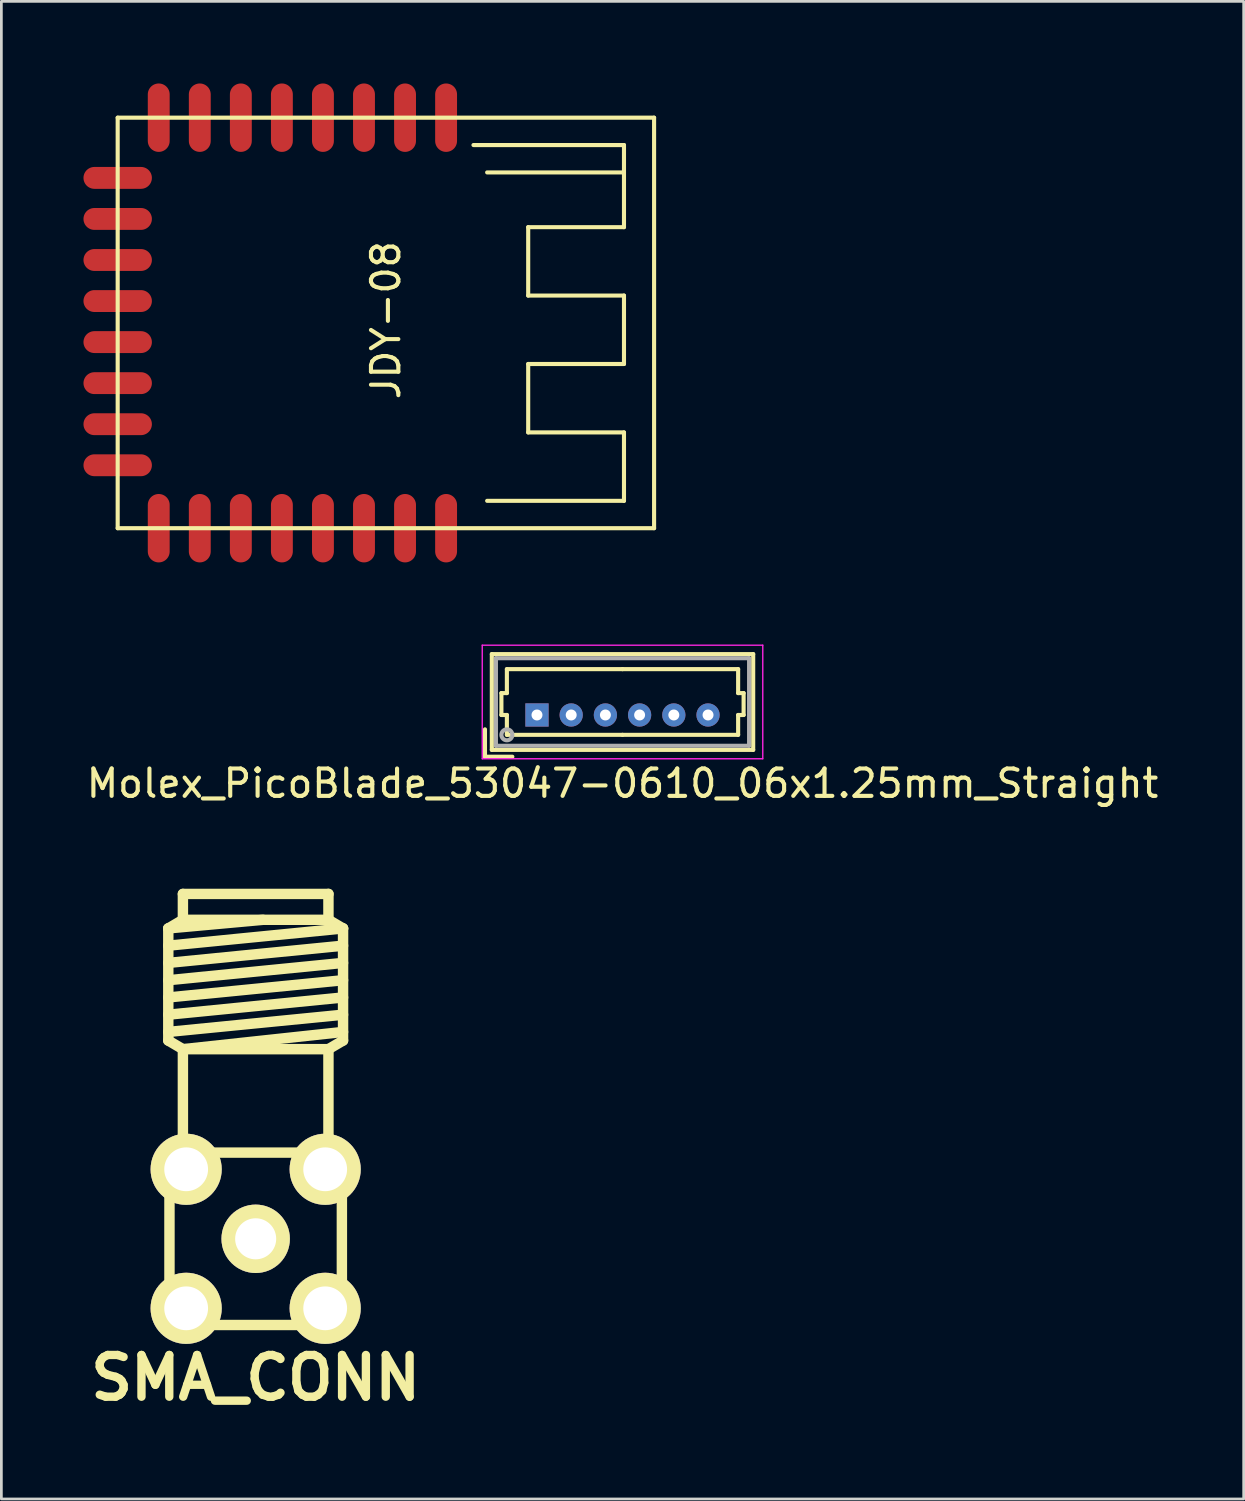
<source format=kicad_pcb>
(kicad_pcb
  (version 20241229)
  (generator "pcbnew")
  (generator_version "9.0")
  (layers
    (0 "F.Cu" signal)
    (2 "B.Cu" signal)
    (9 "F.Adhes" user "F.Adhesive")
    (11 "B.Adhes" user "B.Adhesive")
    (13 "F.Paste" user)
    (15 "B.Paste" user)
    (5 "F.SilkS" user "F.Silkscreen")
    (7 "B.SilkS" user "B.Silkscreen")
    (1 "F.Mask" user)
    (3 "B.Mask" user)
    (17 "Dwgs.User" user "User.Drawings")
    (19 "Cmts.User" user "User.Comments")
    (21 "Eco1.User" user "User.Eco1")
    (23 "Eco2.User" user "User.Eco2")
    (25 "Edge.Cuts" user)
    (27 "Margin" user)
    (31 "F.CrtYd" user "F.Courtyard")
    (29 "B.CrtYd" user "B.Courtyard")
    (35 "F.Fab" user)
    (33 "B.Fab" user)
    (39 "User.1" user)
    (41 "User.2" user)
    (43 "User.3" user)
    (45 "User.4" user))
  (footprint "JDY-08"
    (layer "F.Cu")
    (at 1.25 1.25)
    (property "Reference" "JDY-08" (at 9.8 7.4 90) (layer "F.SilkS") (effects (font (size 1 1) (thickness 0.15))))
    (attr through_hole)
    (fp_line (start 0 0) (end 0 15) (stroke (width 0.15) (type solid)) (layer "F.SilkS"))
    (fp_line (start 0 15) (end 19.6 15) (stroke (width 0.15) (type solid)) (layer "F.SilkS"))
    (fp_line (start 13.5 14) (end 18.5 14) (stroke (width 0.15) (type solid)) (layer "F.SilkS"))
    (fp_line (start 15 4) (end 18.5 4) (stroke (width 0.15) (type solid)) (layer "F.SilkS"))
    (fp_line (start 15 6.5) (end 15 4) (stroke (width 0.15) (type solid)) (layer "F.SilkS"))
    (fp_line (start 15 9) (end 18.5 9) (stroke (width 0.15) (type solid)) (layer "F.SilkS"))
    (fp_line (start 15 11.5) (end 15 9) (stroke (width 0.15) (type solid)) (layer "F.SilkS"))
    (fp_line (start 18.5 1) (end 13 1) (stroke (width 0.15) (type solid)) (layer "F.SilkS"))
    (fp_line (start 18.5 2) (end 13.5 2) (stroke (width 0.15) (type solid)) (layer "F.SilkS"))
    (fp_line (start 18.5 4) (end 18.5 1) (stroke (width 0.15) (type solid)) (layer "F.SilkS"))
    (fp_line (start 18.5 6.5) (end 15 6.5) (stroke (width 0.15) (type solid)) (layer "F.SilkS"))
    (fp_line (start 18.5 9) (end 18.5 6.5) (stroke (width 0.15) (type solid)) (layer "F.SilkS"))
    (fp_line (start 18.5 11.5) (end 15 11.5) (stroke (width 0.15) (type solid)) (layer "F.SilkS"))
    (fp_line (start 18.5 14) (end 18.5 11.5) (stroke (width 0.15) (type solid)) (layer "F.SilkS"))
    (fp_line (start 19.6 0) (end 0 0) (stroke (width 0.15) (type solid)) (layer "F.SilkS"))
    (fp_line (start 19.6 15) (end 19.6 0) (stroke (width 0.15) (type solid)) (layer "F.SilkS"))
    (pad "1" smd oval (at 12 0) (size 0.8 2.5) (layers "F.Cu" "F.Mask" "F.Paste"))
    (pad "2" smd oval (at 10.5 0) (size 0.8 2.5) (layers "F.Cu" "F.Mask" "F.Paste"))
    (pad "3" smd oval (at 9 0) (size 0.8 2.5) (layers "F.Cu" "F.Mask" "F.Paste"))
    (pad "4" smd oval (at 7.5 0) (size 0.8 2.5) (layers "F.Cu" "F.Mask" "F.Paste"))
    (pad "5" smd oval (at 6 0) (size 0.8 2.5) (layers "F.Cu" "F.Mask" "F.Paste"))
    (pad "6" smd oval (at 4.5 0) (size 0.8 2.5) (layers "F.Cu" "F.Mask" "F.Paste"))
    (pad "7" smd oval (at 3 0) (size 0.8 2.5) (layers "F.Cu" "F.Mask" "F.Paste"))
    (pad "8" smd oval (at 1.5 0) (size 0.8 2.5) (layers "F.Cu" "F.Mask" "F.Paste"))
    (pad "9" smd oval (at 0 2.2 90) (size 0.8 2.5) (layers "F.Cu" "F.Mask" "F.Paste"))
    (pad "10" smd oval (at 0 3.7 90) (size 0.8 2.5) (layers "F.Cu" "F.Mask" "F.Paste"))
    (pad "11" smd oval (at 0 5.2 90) (size 0.8 2.5) (layers "F.Cu" "F.Mask" "F.Paste"))
    (pad "12" smd oval (at 0 6.7 90) (size 0.8 2.5) (layers "F.Cu" "F.Mask" "F.Paste"))
    (pad "13" smd oval (at 0 8.2 90) (size 0.8 2.5) (layers "F.Cu" "F.Mask" "F.Paste"))
    (pad "14" smd oval (at 0 9.7 90) (size 0.8 2.5) (layers "F.Cu" "F.Mask" "F.Paste"))
    (pad "15" smd oval (at 0 11.2 90) (size 0.8 2.5) (layers "F.Cu" "F.Mask" "F.Paste"))
    (pad "16" smd oval (at 0 12.7 90) (size 0.8 2.5) (layers "F.Cu" "F.Mask" "F.Paste"))
    (pad "17" smd oval (at 1.5 15) (size 0.8 2.5) (layers "F.Cu" "F.Mask" "F.Paste"))
    (pad "18" smd oval (at 3 15) (size 0.8 2.5) (layers "F.Cu" "F.Mask" "F.Paste"))
    (pad "19" smd oval (at 4.5 15) (size 0.8 2.5) (layers "F.Cu" "F.Mask" "F.Paste"))
    (pad "20" smd oval (at 6 15) (size 0.8 2.5) (layers "F.Cu" "F.Mask" "F.Paste"))
    (pad "21" smd oval (at 7.5 15) (size 0.8 2.5) (layers "F.Cu" "F.Mask" "F.Paste"))
    (pad "22" smd oval (at 9 15) (size 0.8 2.5) (layers "F.Cu" "F.Mask" "F.Paste"))
    (pad "23" smd oval (at 10.5 15) (size 0.8 2.5) (layers "F.Cu" "F.Mask" "F.Paste"))
    (pad "24" smd oval (at 12 15) (size 0.8 2.5) (layers "F.Cu" "F.Mask" "F.Paste")))
  (footprint "SMA_CONN"
    (layer "F.Cu")
    (at 6.292 42.215)
    (property "Reference" "SMA_CONN" (at 0 5.08 0) (layer "F.SilkS") (effects (font (size 1.524 1.524) (thickness 0.305))))
    (attr through_hole)
    (fp_line (start -3.193 -11.341) (end -2.659 -11.656) (stroke (width 0.381) (type solid)) (layer "F.SilkS"))
    (fp_line (start -3.193 -11.341) (end 0.267 -11.656) (stroke (width 0.381) (type solid)) (layer "F.SilkS"))
    (fp_line (start -3.193 -10.711) (end 3.193 -11.341) (stroke (width 0.381) (type solid)) (layer "F.SilkS"))
    (fp_line (start -3.193 -10.081) (end 3.193 -10.711) (stroke (width 0.381) (type solid)) (layer "F.SilkS"))
    (fp_line (start -3.193 -9.449) (end 3.193 -10.081) (stroke (width 0.381) (type solid)) (layer "F.SilkS"))
    (fp_line (start -3.193 -8.819) (end 3.193 -9.449) (stroke (width 0.381) (type solid)) (layer "F.SilkS"))
    (fp_line (start -3.193 -8.189) (end 3.193 -8.819) (stroke (width 0.381) (type solid)) (layer "F.SilkS"))
    (fp_line (start -3.193 -7.559) (end 3.193 -8.189) (stroke (width 0.381) (type solid)) (layer "F.SilkS"))
    (fp_line (start -3.193 -7.244) (end -3.193 -11.341) (stroke (width 0.381) (type solid)) (layer "F.SilkS"))
    (fp_line (start -3.15 -3.15) (end 3.15 -3.15) (stroke (width 0.381) (type solid)) (layer "F.SilkS"))
    (fp_line (start -3.15 3.15) (end -3.15 -3.15) (stroke (width 0.381) (type solid)) (layer "F.SilkS"))
    (fp_line (start -2.659 -11.656) (end -2.659 -12.601) (stroke (width 0.381) (type solid)) (layer "F.SilkS"))
    (fp_line (start -2.659 -11.656) (end 2.659 -11.656) (stroke (width 0.381) (type solid)) (layer "F.SilkS"))
    (fp_line (start -2.659 -6.929) (end -3.193 -7.244) (stroke (width 0.381) (type solid)) (layer "F.SilkS"))
    (fp_line (start -2.659 -3.15) (end -2.659 -6.929) (stroke (width 0.381) (type solid)) (layer "F.SilkS"))
    (fp_line (start 2.659 -12.601) (end -2.659 -12.601) (stroke (width 0.381) (type solid)) (layer "F.SilkS"))
    (fp_line (start 2.659 -11.656) (end 2.659 -12.601) (stroke (width 0.381) (type solid)) (layer "F.SilkS"))
    (fp_line (start 2.659 -11.656) (end 3.193 -11.341) (stroke (width 0.381) (type solid)) (layer "F.SilkS"))
    (fp_line (start 2.659 -6.929) (end -2.659 -6.929) (stroke (width 0.381) (type solid)) (layer "F.SilkS"))
    (fp_line (start 2.659 -3.15) (end 2.659 -6.929) (stroke (width 0.381) (type solid)) (layer "F.SilkS"))
    (fp_line (start 3.15 -3.15) (end 3.15 3.15) (stroke (width 0.381) (type solid)) (layer "F.SilkS"))
    (fp_line (start 3.15 3.15) (end -3.15 3.15) (stroke (width 0.381) (type solid)) (layer "F.SilkS"))
    (fp_line (start 3.193 -11.341) (end 3.193 -7.244) (stroke (width 0.381) (type solid)) (layer "F.SilkS"))
    (fp_line (start 3.193 -7.559) (end -2.659 -6.929) (stroke (width 0.381) (type solid)) (layer "F.SilkS"))
    (fp_line (start 3.193 -7.244) (end 2.659 -6.929) (stroke (width 0.381) (type solid)) (layer "F.SilkS"))
    (pad "1" thru_hole circle (at 0 0) (size 2.5 2.5) (drill 1.5) (layers "*.Cu" "*.Mask" "F.SilkS"))
    (pad "2" thru_hole circle (at -2.54 -2.54) (size 2.6 2.6) (drill 1.6) (layers "*.Cu" "*.Mask" "F.SilkS"))
    (pad "2" thru_hole circle (at -2.54 2.54) (size 2.6 2.6) (drill 1.6) (layers "*.Cu" "*.Mask" "F.SilkS"))
    (pad "2" thru_hole circle (at 2.54 -2.54) (size 2.6 2.6) (drill 1.6) (layers "*.Cu" "*.Mask" "F.SilkS"))
    (pad "2" thru_hole circle (at 2.54 2.54) (size 2.6 2.6) (drill 1.6) (layers "*.Cu" "*.Mask" "F.SilkS")))
  (footprint "Molex_PicoBlade_53047-0610_06x1.25mm_Straight"
    (layer "F.Cu")
    (at 16.571 23.075)
    (property "Reference" "Molex_PicoBlade_53047-0610_06x1.25mm_Straight" (at 3.125 2.5 0) (layer "F.SilkS") (effects (font (size 1 1) (thickness 0.15))))
    (attr through_hole)
    (fp_line (start -1.9 1.525) (end -1.9 0.525) (stroke (width 0.15) (type solid)) (layer "F.SilkS"))
    (fp_line (start -1.9 1.525) (end -0.9 1.525) (stroke (width 0.15) (type solid)) (layer "F.SilkS"))
    (fp_line (start -1.65 -2.225) (end -1.65 1.275) (stroke (width 0.15) (type solid)) (layer "F.SilkS"))
    (fp_line (start -1.65 1.275) (end 7.9 1.275) (stroke (width 0.15) (type solid)) (layer "F.SilkS"))
    (fp_line (start -1.3 -0.8) (end -1.1 -0.8) (stroke (width 0.15) (type solid)) (layer "F.SilkS"))
    (fp_line (start -1.3 0) (end -1.3 -0.8) (stroke (width 0.15) (type solid)) (layer "F.SilkS"))
    (fp_line (start -1.1 -1.675) (end 3.125 -1.675) (stroke (width 0.15) (type solid)) (layer "F.SilkS"))
    (fp_line (start -1.1 -0.8) (end -1.1 -1.675) (stroke (width 0.15) (type solid)) (layer "F.SilkS"))
    (fp_line (start -1.1 0) (end -1.3 0) (stroke (width 0.15) (type solid)) (layer "F.SilkS"))
    (fp_line (start -1.1 0.725) (end -1.1 0) (stroke (width 0.15) (type solid)) (layer "F.SilkS"))
    (fp_line (start 3.125 0.725) (end -1.1 0.725) (stroke (width 0.15) (type solid)) (layer "F.SilkS"))
    (fp_line (start 3.125 0.725) (end 7.35 0.725) (stroke (width 0.15) (type solid)) (layer "F.SilkS"))
    (fp_line (start 7.35 -1.675) (end 3.125 -1.675) (stroke (width 0.15) (type solid)) (layer "F.SilkS"))
    (fp_line (start 7.35 -0.8) (end 7.35 -1.675) (stroke (width 0.15) (type solid)) (layer "F.SilkS"))
    (fp_line (start 7.35 0) (end 7.55 0) (stroke (width 0.15) (type solid)) (layer "F.SilkS"))
    (fp_line (start 7.35 0.725) (end 7.35 0) (stroke (width 0.15) (type solid)) (layer "F.SilkS"))
    (fp_line (start 7.55 -0.8) (end 7.35 -0.8) (stroke (width 0.15) (type solid)) (layer "F.SilkS"))
    (fp_line (start 7.55 0) (end 7.55 -0.8) (stroke (width 0.15) (type solid)) (layer "F.SilkS"))
    (fp_line (start 7.9 -2.225) (end -1.65 -2.225) (stroke (width 0.15) (type solid)) (layer "F.SilkS"))
    (fp_line (start 7.9 1.275) (end 7.9 -2.225) (stroke (width 0.15) (type solid)) (layer "F.SilkS"))
    (fp_line (start -2 -2.55) (end -2 1.6) (stroke (width 0.05) (type solid)) (layer "F.CrtYd"))
    (fp_line (start -2 1.6) (end 8.25 1.6) (stroke (width 0.05) (type solid)) (layer "F.CrtYd"))
    (fp_line (start 8.25 -2.55) (end -2 -2.55) (stroke (width 0.05) (type solid)) (layer "F.CrtYd"))
    (fp_line (start 8.25 1.6) (end 8.25 -2.55) (stroke (width 0.05) (type solid)) (layer "F.CrtYd"))
    (fp_line (start -1.5 -2.075) (end -1.5 1.125) (stroke (width 0.15) (type solid)) (layer "F.Fab"))
    (fp_line (start -1.5 1.125) (end 7.75 1.125) (stroke (width 0.15) (type solid)) (layer "F.Fab"))
    (fp_line (start 7.75 -2.075) (end -1.5 -2.075) (stroke (width 0.15) (type solid)) (layer "F.Fab"))
    (fp_line (start 7.75 1.125) (end 7.75 -2.075) (stroke (width 0.15) (type solid)) (layer "F.Fab"))
    (fp_circle (center -1.1 0.725) (end -0.9 0.725) (stroke (width 0.15) (type solid)) (fill no) (layer "F.Fab"))
    (pad "1" thru_hole rect (at 0 0) (size 0.85 0.85) (drill 0.4) (layers "*.Cu" "*.Mask"))
    (pad "2" thru_hole oval (at 1.25 0) (size 0.85 0.85) (drill 0.4) (layers "*.Cu" "*.Mask"))
    (pad "3" thru_hole oval (at 2.5 0) (size 0.85 0.85) (drill 0.4) (layers "*.Cu" "*.Mask"))
    (pad "4" thru_hole oval (at 3.75 0) (size 0.85 0.85) (drill 0.4) (layers "*.Cu" "*.Mask"))
    (pad "5" thru_hole oval (at 5 0) (size 0.85 0.85) (drill 0.4) (layers "*.Cu" "*.Mask"))
    (pad "6" thru_hole oval (at 6.25 0) (size 0.85 0.85) (drill 0.4) (layers "*.Cu" "*.Mask")))
  (gr_rect
    (start -3 -3)
    (end 42.393 51.721)
    (stroke (width 0.1) (type default))
    (fill no)
    (layer "Edge.Cuts")))
</source>
